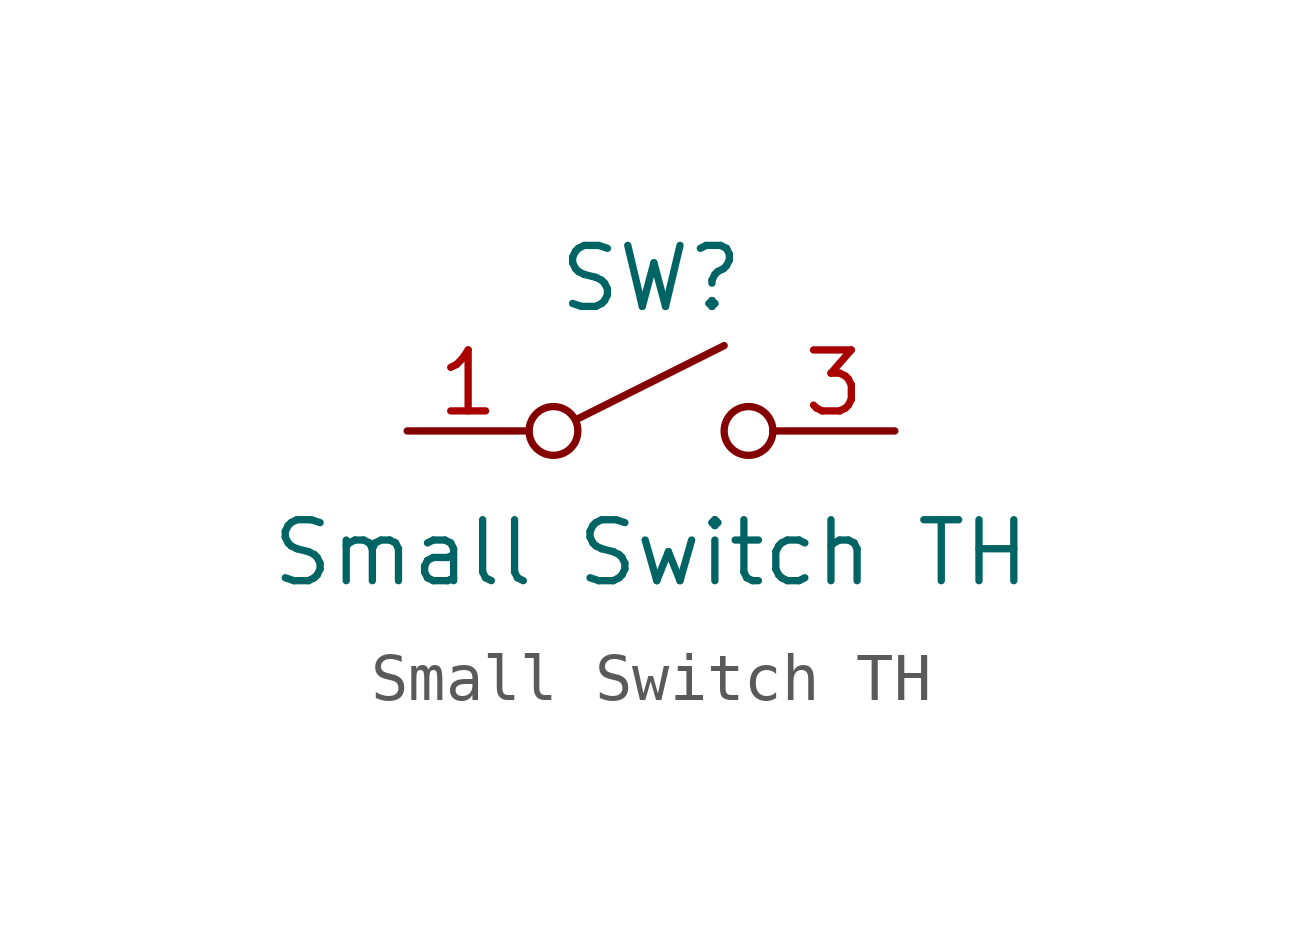
<source format=kicad_sym>
(kicad_symbol_lib
  (version 20220914)
  (generator kicad_symbol_editor)
  (symbol "Small Switch TH"
    (pin_names
      (offset 0) hide)
    (property "Reference" "SW"
      (at 0 3.175 0)
      (effects (font (size 1.27 1.27))))
    (property "Value" "Small Switch TH"
      (at 0 -2.54 0)
      (effects (font (size 1.27 1.27))))
    (symbol "Small Switch TH_0_0"
      (circle (center -2.032 0) (radius 0.508) (stroke (width 0) (type default)) (fill (type none)))
      (polyline (pts (xy -1.524 0.254) (xy 1.524 1.778)) (stroke (width 0) (type default)) (fill (type none)))
      (circle (center 2.032 0) (radius 0.508) (stroke (width 0) (type default)) (fill (type none))))
    (symbol "Small Switch TH_1_1"
      (pin passive line (at -5.08 0 0) (length 2.54) (name "A" (effects (font (size 1.27 1.27)))) (number "1" (effects (font (size 1.27 1.27)))))
      (pin passive line (at -5.08 0 0) (length 2.54) hide (name "A" (effects (font (size 1.27 1.27)))) (number "2" (effects (font (size 1.27 1.27)))))
      (pin passive line (at 5.08 0 180) (length 2.54) (name "B" (effects (font (size 1.27 1.27)))) (number "3" (effects (font (size 1.27 1.27)))))
      (pin passive line (at 5.08 0 180) (length 2.54) hide (name "B" (effects (font (size 1.27 1.27)))) (number "4" (effects (font (size 1.27 1.27))))))))
</source>
